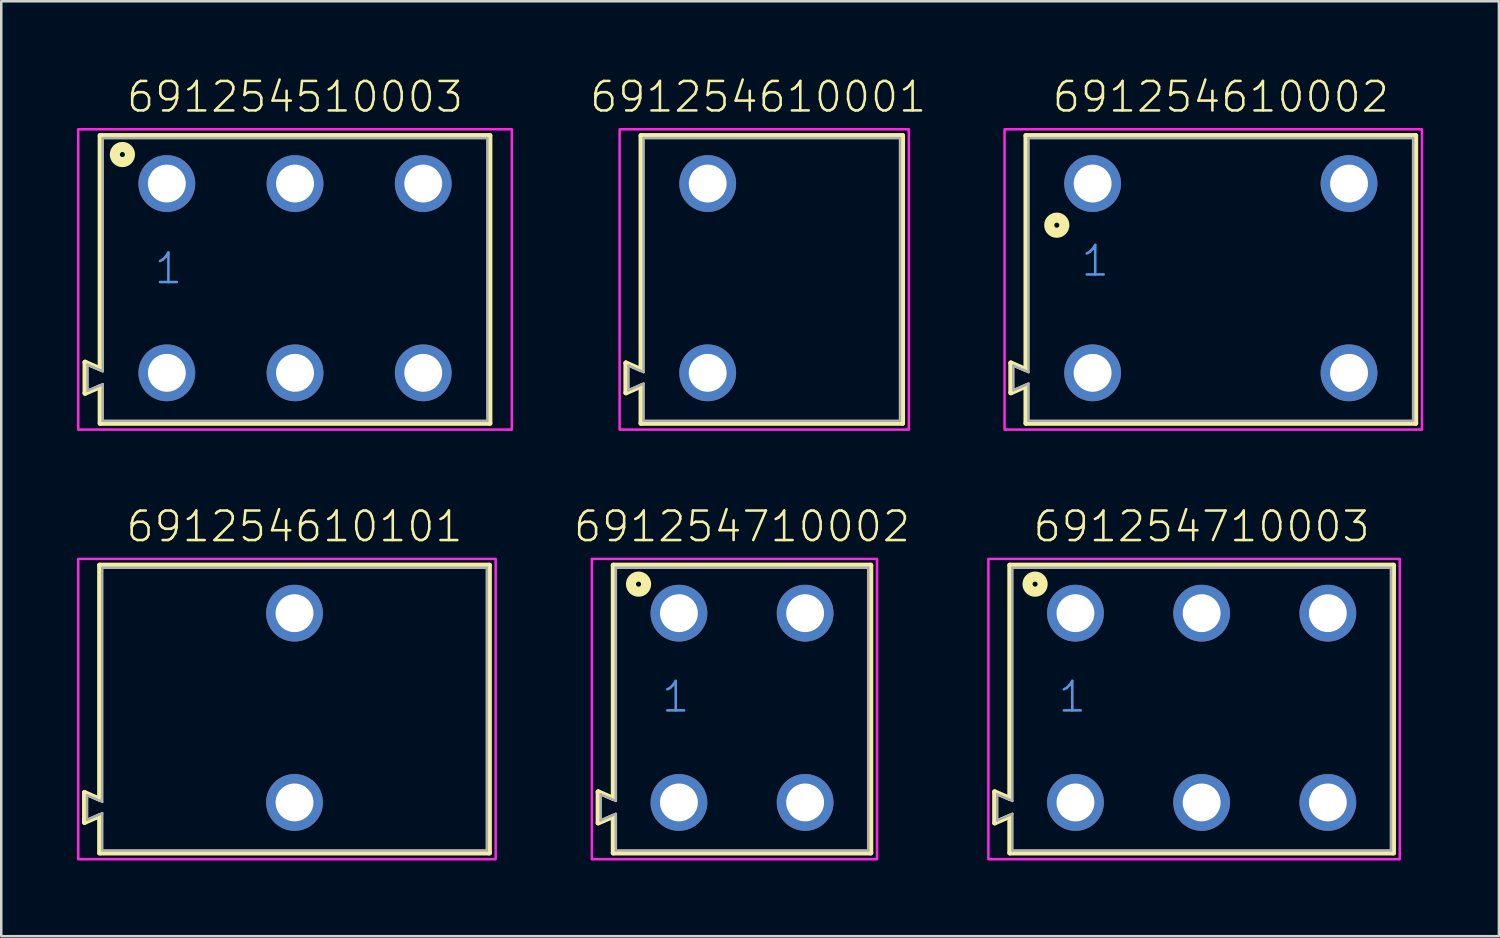
<source format=kicad_pcb>
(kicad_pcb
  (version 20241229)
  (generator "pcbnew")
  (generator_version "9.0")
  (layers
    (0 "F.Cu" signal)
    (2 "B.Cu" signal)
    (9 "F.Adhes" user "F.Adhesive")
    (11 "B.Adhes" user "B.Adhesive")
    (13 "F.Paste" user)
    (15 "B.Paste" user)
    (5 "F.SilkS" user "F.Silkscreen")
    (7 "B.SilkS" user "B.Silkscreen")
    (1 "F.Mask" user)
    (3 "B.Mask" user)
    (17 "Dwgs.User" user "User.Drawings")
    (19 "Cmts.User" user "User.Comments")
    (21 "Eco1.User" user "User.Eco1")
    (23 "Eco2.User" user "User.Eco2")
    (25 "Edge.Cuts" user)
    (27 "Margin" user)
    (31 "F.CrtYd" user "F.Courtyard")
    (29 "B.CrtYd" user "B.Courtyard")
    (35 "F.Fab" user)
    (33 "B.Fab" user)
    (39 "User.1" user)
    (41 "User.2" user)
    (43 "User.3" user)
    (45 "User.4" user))
  (footprint "691254510003"
    (layer "F.Cu")
    (at 8.64 7.973)
    (property "Reference" "691254510003" (at 0 -6.5 0) (unlocked yes) (layer "F.SilkS") (effects (font (size 1.168 1.168) (thickness 0.102)) (justify bottom)))
    (fp_line (start -8.32 3.33) (end -7.72 3.59) (stroke (width 0.2) (type solid)) (layer "F.SilkS"))
    (fp_line (start -8.32 4.56) (end -8.32 3.33) (stroke (width 0.2) (type solid)) (layer "F.SilkS"))
    (fp_line (start -7.72 -5.65) (end 7.72 -5.65) (stroke (width 0.2) (type solid)) (layer "F.SilkS"))
    (fp_line (start -7.72 3.59) (end -7.72 -5.65) (stroke (width 0.2) (type solid)) (layer "F.SilkS"))
    (fp_line (start -7.72 4.3) (end -8.32 4.56) (stroke (width 0.2) (type solid)) (layer "F.SilkS"))
    (fp_line (start -7.72 5.75) (end -7.72 4.3) (stroke (width 0.2) (type solid)) (layer "F.SilkS"))
    (fp_line (start 7.72 -5.65) (end 7.72 5.75) (stroke (width 0.2) (type solid)) (layer "F.SilkS"))
    (fp_line (start 7.72 5.75) (end -7.72 5.75) (stroke (width 0.2) (type solid)) (layer "F.SilkS"))
    (fp_circle (center -6.84 -4.9) (end -6.74 -4.9) (stroke (width 0.4) (type solid)) (fill no) (layer "F.SilkS"))
    (fp_poly (pts (xy 8.59 6) (xy -8.59 6) (xy -8.59 -5.9) (xy 8.59 -5.9)) (stroke (width 0.1) (type default)) (fill no) (layer "F.CrtYd"))
    (fp_line (start -8.22 3.43) (end -7.62 3.69) (stroke (width 0.1) (type solid)) (layer "F.Fab"))
    (fp_line (start -8.22 4.46) (end -8.22 3.43) (stroke (width 0.1) (type solid)) (layer "F.Fab"))
    (fp_line (start -8.22 4.46) (end -7.62 4.2) (stroke (width 0.1) (type solid)) (layer "F.Fab"))
    (fp_line (start -7.62 -5.55) (end -7.62 3.69) (stroke (width 0.1) (type solid)) (layer "F.Fab"))
    (fp_line (start -7.62 -5.55) (end 7.62 -5.55) (stroke (width 0.1) (type solid)) (layer "F.Fab"))
    (fp_line (start -7.62 4.2) (end -7.62 5.65) (stroke (width 0.1) (type solid)) (layer "F.Fab"))
    (fp_line (start 7.62 -5.55) (end 7.62 5.65) (stroke (width 0.1) (type solid)) (layer "F.Fab"))
    (fp_line (start 7.62 5.65) (end -7.62 5.65) (stroke (width 0.1) (type solid)) (layer "F.Fab"))
    (fp_text user "1" (at -5.64 0.3 0) (unlocked yes) (layer "Cmts.User") (effects (font (size 1.168 1.168) (thickness 0.102)) (justify left bottom)))
    (pad "1" thru_hole circle (at -5.08 -3.75) (size 2.25 2.25) (drill 1.5) (layers "*.Cu" "*.Mask"))
    (pad "2" thru_hole circle (at 0 -3.75) (size 2.25 2.25) (drill 1.5) (layers "*.Cu" "*.Mask"))
    (pad "3" thru_hole circle (at 5.08 -3.75) (size 2.25 2.25) (drill 1.5) (layers "*.Cu" "*.Mask"))
    (pad "A1" thru_hole circle (at -5.08 3.75) (size 2.25 2.25) (drill 1.5) (layers "*.Cu" "*.Mask"))
    (pad "A2" thru_hole circle (at 0 3.75) (size 2.25 2.25) (drill 1.5) (layers "*.Cu" "*.Mask"))
    (pad "A3" thru_hole circle (at 5.08 3.75) (size 2.25 2.25) (drill 1.5) (layers "*.Cu" "*.Mask")))
  (footprint "691254610001"
    (layer "F.Cu")
    (at 24.992 7.973)
    (property "Reference" "691254610001" (at 2 -6.5 0) (unlocked yes) (layer "F.SilkS") (effects (font (size 1.168 1.168) (thickness 0.102)) (justify bottom)))
    (fp_line (start -3.24 3.36) (end -2.64 3.623) (stroke (width 0.2) (type solid)) (layer "F.SilkS"))
    (fp_line (start -3.24 4.54) (end -3.24 3.36) (stroke (width 0.2) (type solid)) (layer "F.SilkS"))
    (fp_line (start -2.64 -5.65) (end 7.72 -5.65) (stroke (width 0.2) (type solid)) (layer "F.SilkS"))
    (fp_line (start -2.64 3.623) (end -2.64 -5.65) (stroke (width 0.2) (type solid)) (layer "F.SilkS"))
    (fp_line (start -2.64 4.277) (end -3.24 4.54) (stroke (width 0.2) (type solid)) (layer "F.SilkS"))
    (fp_line (start -2.64 5.75) (end -2.64 4.277) (stroke (width 0.2) (type solid)) (layer "F.SilkS"))
    (fp_line (start 7.72 -5.65) (end 7.72 5.75) (stroke (width 0.2) (type solid)) (layer "F.SilkS"))
    (fp_line (start 7.72 5.75) (end -2.64 5.75) (stroke (width 0.2) (type solid)) (layer "F.SilkS"))
    (fp_poly (pts (xy 7.97 6) (xy -3.49 6) (xy -3.49 -5.9) (xy 7.97 -5.9)) (stroke (width 0.1) (type default)) (fill no) (layer "F.CrtYd"))
    (fp_line (start -3.14 3.46) (end -2.54 3.723) (stroke (width 0.1) (type solid)) (layer "F.Fab"))
    (fp_line (start -3.14 4.44) (end -3.14 3.46) (stroke (width 0.1) (type solid)) (layer "F.Fab"))
    (fp_line (start -3.14 4.44) (end -2.54 4.177) (stroke (width 0.1) (type solid)) (layer "F.Fab"))
    (fp_line (start -2.54 -5.55) (end -2.54 3.723) (stroke (width 0.1) (type solid)) (layer "F.Fab"))
    (fp_line (start -2.54 -5.55) (end 7.62 -5.55) (stroke (width 0.1) (type solid)) (layer "F.Fab"))
    (fp_line (start -2.54 4.177) (end -2.54 5.65) (stroke (width 0.1) (type solid)) (layer "F.Fab"))
    (fp_line (start 7.62 -5.55) (end 7.62 5.65) (stroke (width 0.1) (type solid)) (layer "F.Fab"))
    (fp_line (start 7.62 5.65) (end -2.54 5.65) (stroke (width 0.1) (type solid)) (layer "F.Fab"))
    (pad "1" thru_hole circle (at 0 -3.75) (size 2.25 2.25) (drill 1.5) (layers "*.Cu" "*.Mask"))
    (pad "A1" thru_hole circle (at 0 3.75) (size 2.25 2.25) (drill 1.5) (layers "*.Cu" "*.Mask")))
  (footprint "691254610002"
    (layer "F.Cu")
    (at 45.324 7.973)
    (property "Reference" "691254610002" (at 0 -6.5 0) (unlocked yes) (layer "F.SilkS") (effects (font (size 1.168 1.168) (thickness 0.102)) (justify bottom)))
    (fp_line (start -8.32 3.36) (end -7.72 3.623) (stroke (width 0.2) (type solid)) (layer "F.SilkS"))
    (fp_line (start -8.32 4.54) (end -8.32 3.36) (stroke (width 0.2) (type solid)) (layer "F.SilkS"))
    (fp_line (start -7.72 -5.65) (end 7.72 -5.65) (stroke (width 0.2) (type solid)) (layer "F.SilkS"))
    (fp_line (start -7.72 3.623) (end -7.72 -5.65) (stroke (width 0.2) (type solid)) (layer "F.SilkS"))
    (fp_line (start -7.72 4.277) (end -8.32 4.54) (stroke (width 0.2) (type solid)) (layer "F.SilkS"))
    (fp_line (start -7.72 5.75) (end -7.72 4.277) (stroke (width 0.2) (type solid)) (layer "F.SilkS"))
    (fp_line (start 7.72 -5.65) (end 7.72 5.75) (stroke (width 0.2) (type solid)) (layer "F.SilkS"))
    (fp_line (start 7.72 5.75) (end -7.72 5.75) (stroke (width 0.2) (type solid)) (layer "F.SilkS"))
    (fp_circle (center -6.5 -2.1) (end -6.4 -2.1) (stroke (width 0.4) (type solid)) (fill no) (layer "F.SilkS"))
    (fp_poly (pts (xy 7.97 6) (xy -8.57 6) (xy -8.57 -5.9) (xy 7.97 -5.9)) (stroke (width 0.1) (type default)) (fill no) (layer "F.CrtYd"))
    (fp_line (start -8.22 3.46) (end -7.62 3.723) (stroke (width 0.1) (type solid)) (layer "F.Fab"))
    (fp_line (start -8.22 4.44) (end -8.22 3.46) (stroke (width 0.1) (type solid)) (layer "F.Fab"))
    (fp_line (start -8.22 4.44) (end -7.62 4.177) (stroke (width 0.1) (type solid)) (layer "F.Fab"))
    (fp_line (start -7.62 -5.55) (end -7.62 3.723) (stroke (width 0.1) (type solid)) (layer "F.Fab"))
    (fp_line (start -7.62 -5.55) (end 7.62 -5.55) (stroke (width 0.1) (type solid)) (layer "F.Fab"))
    (fp_line (start -7.62 4.177) (end -7.62 5.65) (stroke (width 0.1) (type solid)) (layer "F.Fab"))
    (fp_line (start 7.62 -5.55) (end 7.62 5.65) (stroke (width 0.1) (type solid)) (layer "F.Fab"))
    (fp_line (start 7.62 5.65) (end -7.62 5.65) (stroke (width 0.1) (type solid)) (layer "F.Fab"))
    (fp_text user "1" (at -5.6 0 0) (unlocked yes) (layer "Cmts.User") (effects (font (size 1.168 1.168) (thickness 0.102)) (justify left bottom)))
    (pad "1" thru_hole circle (at -5.08 -3.75) (size 2.25 2.25) (drill 1.5) (layers "*.Cu" "*.Mask"))
    (pad "2" thru_hole circle (at 5.08 -3.75) (size 2.25 2.25) (drill 1.5) (layers "*.Cu" "*.Mask"))
    (pad "A1" thru_hole circle (at -5.08 3.75) (size 2.25 2.25) (drill 1.5) (layers "*.Cu" "*.Mask"))
    (pad "A2" thru_hole circle (at 5.08 3.75) (size 2.25 2.25) (drill 1.5) (layers "*.Cu" "*.Mask")))
  (footprint "691254710003"
    (layer "F.Cu")
    (at 44.564 24.996)
    (property "Reference" "691254710003" (at 0 -6.5 0) (unlocked yes) (layer "F.SilkS") (effects (font (size 1.168 1.168) (thickness 0.102)) (justify bottom)))
    (fp_line (start -8.2 3.33) (end -7.6 3.59) (stroke (width 0.2) (type solid)) (layer "F.SilkS"))
    (fp_line (start -8.2 4.56) (end -8.2 3.33) (stroke (width 0.2) (type solid)) (layer "F.SilkS"))
    (fp_line (start -7.6 -5.65) (end 7.6 -5.65) (stroke (width 0.2) (type solid)) (layer "F.SilkS"))
    (fp_line (start -7.6 3.59) (end -7.6 -5.65) (stroke (width 0.2) (type solid)) (layer "F.SilkS"))
    (fp_line (start -7.6 4.3) (end -8.2 4.56) (stroke (width 0.2) (type solid)) (layer "F.SilkS"))
    (fp_line (start -7.6 5.75) (end -7.6 4.3) (stroke (width 0.2) (type solid)) (layer "F.SilkS"))
    (fp_line (start 7.6 -5.65) (end 7.6 5.75) (stroke (width 0.2) (type solid)) (layer "F.SilkS"))
    (fp_line (start 7.6 5.75) (end -7.6 5.75) (stroke (width 0.2) (type solid)) (layer "F.SilkS"))
    (fp_circle (center -6.6 -4.9) (end -6.5 -4.9) (stroke (width 0.4) (type solid)) (fill no) (layer "F.SilkS"))
    (fp_poly (pts (xy 7.85 6) (xy -8.45 6) (xy -8.45 -5.9) (xy 7.85 -5.9)) (stroke (width 0.1) (type default)) (fill no) (layer "F.CrtYd"))
    (fp_line (start -8.1 4.46) (end -8.1 3.43) (stroke (width 0.1) (type solid)) (layer "F.Fab"))
    (fp_line (start -8.1 4.46) (end -7.5 4.2) (stroke (width 0.1) (type solid)) (layer "F.Fab"))
    (fp_line (start -7.5 -5.55) (end -7.5 3.69) (stroke (width 0.1) (type solid)) (layer "F.Fab"))
    (fp_line (start -7.5 -5.55) (end 7.5 -5.55) (stroke (width 0.1) (type solid)) (layer "F.Fab"))
    (fp_line (start -7.5 3.69) (end -8.1 3.43) (stroke (width 0.1) (type solid)) (layer "F.Fab"))
    (fp_line (start -7.5 4.2) (end -7.5 5.65) (stroke (width 0.1) (type solid)) (layer "F.Fab"))
    (fp_line (start 7.5 -5.55) (end 7.5 5.65) (stroke (width 0.1) (type solid)) (layer "F.Fab"))
    (fp_line (start 7.5 5.65) (end -7.5 5.65) (stroke (width 0.1) (type solid)) (layer "F.Fab"))
    (fp_text user "1" (at -5.75 0.25 0) (unlocked yes) (layer "Cmts.User") (effects (font (size 1.168 1.168) (thickness 0.102)) (justify left bottom)))
    (pad "1" thru_hole circle (at -5 -3.75) (size 2.25 2.25) (drill 1.5) (layers "*.Cu" "*.Mask"))
    (pad "2" thru_hole circle (at 0 -3.75) (size 2.25 2.25) (drill 1.5) (layers "*.Cu" "*.Mask"))
    (pad "3" thru_hole circle (at 5 -3.75) (size 2.25 2.25) (drill 1.5) (layers "*.Cu" "*.Mask"))
    (pad "A1" thru_hole circle (at -5 3.75) (size 2.25 2.25) (drill 1.5) (layers "*.Cu" "*.Mask"))
    (pad "A2" thru_hole circle (at 0 3.75) (size 2.25 2.25) (drill 1.5) (layers "*.Cu" "*.Mask"))
    (pad "A3" thru_hole circle (at 5 3.75) (size 2.25 2.25) (drill 1.5) (layers "*.Cu" "*.Mask")))
  (footprint "691254610101"
    (layer "F.Cu")
    (at 8.62 24.996)
    (property "Reference" "691254610101" (at 0 -6.5 0) (unlocked yes) (layer "F.SilkS") (effects (font (size 1.168 1.168) (thickness 0.102)) (justify bottom)))
    (fp_line (start -8.32 3.36) (end -7.72 3.623) (stroke (width 0.2) (type solid)) (layer "F.SilkS"))
    (fp_line (start -8.32 4.54) (end -8.32 3.36) (stroke (width 0.2) (type solid)) (layer "F.SilkS"))
    (fp_line (start -7.72 -5.65) (end 7.72 -5.65) (stroke (width 0.2) (type solid)) (layer "F.SilkS"))
    (fp_line (start -7.72 3.623) (end -7.72 -5.65) (stroke (width 0.2) (type solid)) (layer "F.SilkS"))
    (fp_line (start -7.72 4.277) (end -8.32 4.54) (stroke (width 0.2) (type solid)) (layer "F.SilkS"))
    (fp_line (start -7.72 5.75) (end -7.72 4.277) (stroke (width 0.2) (type solid)) (layer "F.SilkS"))
    (fp_line (start 7.72 -5.65) (end 7.72 5.75) (stroke (width 0.2) (type solid)) (layer "F.SilkS"))
    (fp_line (start 7.72 5.75) (end -7.72 5.75) (stroke (width 0.2) (type solid)) (layer "F.SilkS"))
    (fp_poly (pts (xy 7.97 6) (xy -8.57 6) (xy -8.57 -5.9) (xy 7.97 -5.9)) (stroke (width 0.1) (type default)) (fill no) (layer "F.CrtYd"))
    (fp_line (start -8.22 3.46) (end -7.62 3.723) (stroke (width 0.1) (type solid)) (layer "F.Fab"))
    (fp_line (start -8.22 4.44) (end -8.22 3.46) (stroke (width 0.1) (type solid)) (layer "F.Fab"))
    (fp_line (start -8.22 4.44) (end -7.62 4.177) (stroke (width 0.1) (type solid)) (layer "F.Fab"))
    (fp_line (start -7.62 -5.55) (end -7.62 3.723) (stroke (width 0.1) (type solid)) (layer "F.Fab"))
    (fp_line (start -7.62 -5.55) (end 7.62 -5.55) (stroke (width 0.1) (type solid)) (layer "F.Fab"))
    (fp_line (start -7.62 4.177) (end -7.62 5.65) (stroke (width 0.1) (type solid)) (layer "F.Fab"))
    (fp_line (start 7.62 -5.55) (end 7.62 5.65) (stroke (width 0.1) (type solid)) (layer "F.Fab"))
    (fp_line (start 7.62 5.65) (end -7.62 5.65) (stroke (width 0.1) (type solid)) (layer "F.Fab"))
    (pad "1" thru_hole circle (at 0 -3.75) (size 2.25 2.25) (drill 1.5) (layers "*.Cu" "*.Mask"))
    (pad "A1" thru_hole circle (at 0 3.75) (size 2.25 2.25) (drill 1.5) (layers "*.Cu" "*.Mask")))
  (footprint "691254710002"
    (layer "F.Cu")
    (at 26.352 24.996)
    (property "Reference" "691254710002" (at 0 -6.5 0) (unlocked yes) (layer "F.SilkS") (effects (font (size 1.168 1.168) (thickness 0.102)) (justify bottom)))
    (fp_line (start -5.7 3.33) (end -5.1 3.59) (stroke (width 0.2) (type solid)) (layer "F.SilkS"))
    (fp_line (start -5.7 4.56) (end -5.7 3.33) (stroke (width 0.2) (type solid)) (layer "F.SilkS"))
    (fp_line (start -5.1 -5.65) (end 5.1 -5.65) (stroke (width 0.2) (type solid)) (layer "F.SilkS"))
    (fp_line (start -5.1 3.59) (end -5.1 -5.65) (stroke (width 0.2) (type solid)) (layer "F.SilkS"))
    (fp_line (start -5.1 4.3) (end -5.7 4.56) (stroke (width 0.2) (type solid)) (layer "F.SilkS"))
    (fp_line (start -5.1 5.75) (end -5.1 4.3) (stroke (width 0.2) (type solid)) (layer "F.SilkS"))
    (fp_line (start 5.1 -5.65) (end 5.1 5.75) (stroke (width 0.2) (type solid)) (layer "F.SilkS"))
    (fp_line (start 5.1 5.75) (end -5.1 5.75) (stroke (width 0.2) (type solid)) (layer "F.SilkS"))
    (fp_circle (center -4.1 -4.9) (end -4 -4.9) (stroke (width 0.4) (type solid)) (fill no) (layer "F.SilkS"))
    (fp_poly (pts (xy 5.35 6) (xy -5.95 6) (xy -5.95 -5.9) (xy 5.35 -5.9)) (stroke (width 0.1) (type default)) (fill no) (layer "F.CrtYd"))
    (fp_line (start -5.6 4.46) (end -5.6 3.43) (stroke (width 0.1) (type solid)) (layer "F.Fab"))
    (fp_line (start -5.6 4.46) (end -5 4.2) (stroke (width 0.1) (type solid)) (layer "F.Fab"))
    (fp_line (start -5 -5.55) (end -5 3.69) (stroke (width 0.1) (type solid)) (layer "F.Fab"))
    (fp_line (start -5 -5.55) (end 5 -5.55) (stroke (width 0.1) (type solid)) (layer "F.Fab"))
    (fp_line (start -5 3.69) (end -5.6 3.43) (stroke (width 0.1) (type solid)) (layer "F.Fab"))
    (fp_line (start -5 4.2) (end -5 5.65) (stroke (width 0.1) (type solid)) (layer "F.Fab"))
    (fp_line (start 5 -5.55) (end 5 5.65) (stroke (width 0.1) (type solid)) (layer "F.Fab"))
    (fp_line (start 5 5.65) (end -5 5.65) (stroke (width 0.1) (type solid)) (layer "F.Fab"))
    (fp_text user "1" (at -3.25 0.25 0) (unlocked yes) (layer "Cmts.User") (effects (font (size 1.168 1.168) (thickness 0.102)) (justify left bottom)))
    (pad "1" thru_hole circle (at -2.5 -3.75) (size 2.25 2.25) (drill 1.5) (layers "*.Cu" "*.Mask"))
    (pad "2" thru_hole circle (at 2.5 -3.75) (size 2.25 2.25) (drill 1.5) (layers "*.Cu" "*.Mask"))
    (pad "A1" thru_hole circle (at -2.5 3.75) (size 2.25 2.25) (drill 1.5) (layers "*.Cu" "*.Mask"))
    (pad "A2" thru_hole circle (at 2.5 3.75) (size 2.25 2.25) (drill 1.5) (layers "*.Cu" "*.Mask")))
  (gr_rect
    (start -3 -3)
    (end 56.344 34.046)
    (stroke (width 0.1) (type default))
    (fill no)
    (layer "Edge.Cuts")))
</source>
